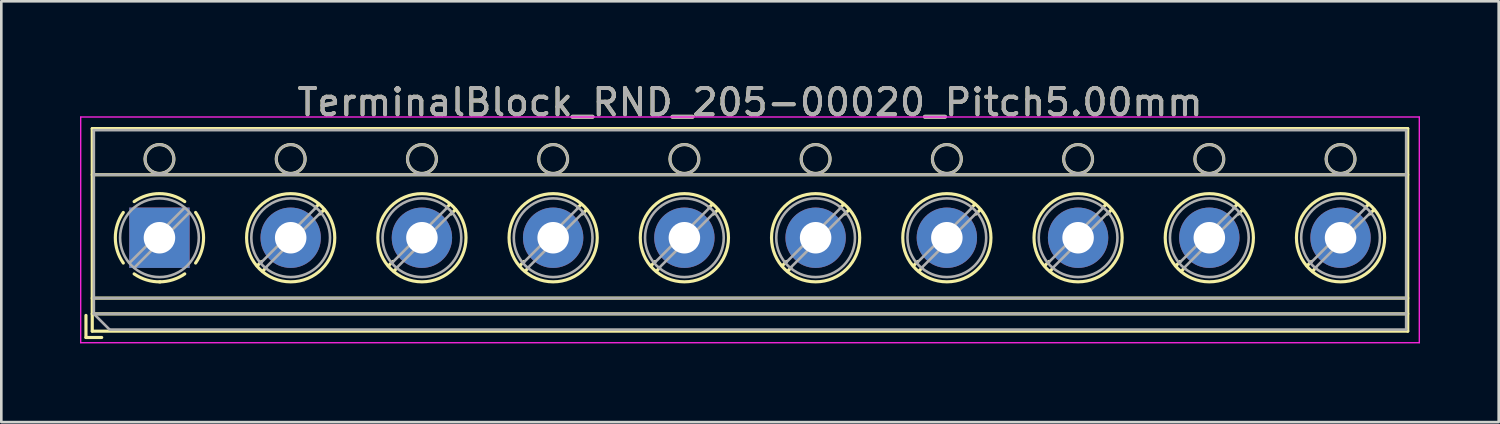
<source format=kicad_pcb>
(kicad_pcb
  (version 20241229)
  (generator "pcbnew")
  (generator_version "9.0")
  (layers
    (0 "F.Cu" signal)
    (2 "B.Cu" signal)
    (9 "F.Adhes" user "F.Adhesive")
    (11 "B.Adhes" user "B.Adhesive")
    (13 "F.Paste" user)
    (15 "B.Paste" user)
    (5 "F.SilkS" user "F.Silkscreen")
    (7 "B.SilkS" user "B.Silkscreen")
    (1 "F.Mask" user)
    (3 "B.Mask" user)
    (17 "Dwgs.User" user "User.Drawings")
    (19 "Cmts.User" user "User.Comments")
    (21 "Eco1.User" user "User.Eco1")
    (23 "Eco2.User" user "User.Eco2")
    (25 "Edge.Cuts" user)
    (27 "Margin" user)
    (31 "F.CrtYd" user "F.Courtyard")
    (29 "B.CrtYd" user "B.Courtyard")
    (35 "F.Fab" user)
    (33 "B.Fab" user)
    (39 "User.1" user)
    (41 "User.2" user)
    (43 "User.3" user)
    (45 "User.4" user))
  (footprint "TerminalBlock_RND_205-00020_Pitch5.00mm"
    (layer "F.Cu")
    (at 3.025 6.008)
    (property "Reference" "TerminalBlock_RND_205-00020_Pitch5.00mm" (at 22.5 -5.16 0) (layer "F.SilkS") (effects (font (size 1 1) (thickness 0.15))))
    (attr through_hole)
    (fp_line (start -2.8 2.96) (end -2.8 3.8) (stroke (width 0.12) (type solid)) (layer "F.SilkS"))
    (fp_line (start -2.8 3.8) (end -2.2 3.8) (stroke (width 0.12) (type solid)) (layer "F.SilkS"))
    (fp_line (start -2.56 -4.16) (end -2.56 3.56) (stroke (width 0.12) (type solid)) (layer "F.SilkS"))
    (fp_line (start -2.56 -2.4) (end 47.56 -2.4) (stroke (width 0.12) (type solid)) (layer "F.SilkS"))
    (fp_line (start -2.56 2.3) (end 47.56 2.3) (stroke (width 0.12) (type solid)) (layer "F.SilkS"))
    (fp_line (start -2.56 2.9) (end 47.56 2.9) (stroke (width 0.12) (type solid)) (layer "F.SilkS"))
    (fp_line (start -2.56 3.56) (end 47.56 3.56) (stroke (width 0.12) (type solid)) (layer "F.SilkS"))
    (fp_line (start 3.89 0.905) (end 3.726 1.069) (stroke (width 0.12) (type solid)) (layer "F.SilkS"))
    (fp_line (start 4.06 1.146) (end 3.931 1.274) (stroke (width 0.12) (type solid)) (layer "F.SilkS"))
    (fp_line (start 6.07 -1.275) (end 5.941 -1.146) (stroke (width 0.12) (type solid)) (layer "F.SilkS"))
    (fp_line (start 6.275 -1.069) (end 6.111 -0.905) (stroke (width 0.12) (type solid)) (layer "F.SilkS"))
    (fp_line (start 8.89 0.905) (end 8.726 1.069) (stroke (width 0.12) (type solid)) (layer "F.SilkS"))
    (fp_line (start 9.06 1.146) (end 8.931 1.274) (stroke (width 0.12) (type solid)) (layer "F.SilkS"))
    (fp_line (start 11.07 -1.275) (end 10.941 -1.146) (stroke (width 0.12) (type solid)) (layer "F.SilkS"))
    (fp_line (start 11.275 -1.069) (end 11.111 -0.905) (stroke (width 0.12) (type solid)) (layer "F.SilkS"))
    (fp_line (start 13.89 0.905) (end 13.726 1.069) (stroke (width 0.12) (type solid)) (layer "F.SilkS"))
    (fp_line (start 14.06 1.146) (end 13.931 1.274) (stroke (width 0.12) (type solid)) (layer "F.SilkS"))
    (fp_line (start 16.07 -1.275) (end 15.941 -1.146) (stroke (width 0.12) (type solid)) (layer "F.SilkS"))
    (fp_line (start 16.275 -1.069) (end 16.111 -0.905) (stroke (width 0.12) (type solid)) (layer "F.SilkS"))
    (fp_line (start 18.89 0.905) (end 18.726 1.069) (stroke (width 0.12) (type solid)) (layer "F.SilkS"))
    (fp_line (start 19.06 1.146) (end 18.931 1.274) (stroke (width 0.12) (type solid)) (layer "F.SilkS"))
    (fp_line (start 21.07 -1.275) (end 20.941 -1.146) (stroke (width 0.12) (type solid)) (layer "F.SilkS"))
    (fp_line (start 21.275 -1.069) (end 21.111 -0.905) (stroke (width 0.12) (type solid)) (layer "F.SilkS"))
    (fp_line (start 23.89 0.905) (end 23.726 1.069) (stroke (width 0.12) (type solid)) (layer "F.SilkS"))
    (fp_line (start 24.06 1.146) (end 23.931 1.274) (stroke (width 0.12) (type solid)) (layer "F.SilkS"))
    (fp_line (start 26.07 -1.275) (end 25.941 -1.146) (stroke (width 0.12) (type solid)) (layer "F.SilkS"))
    (fp_line (start 26.275 -1.069) (end 26.111 -0.905) (stroke (width 0.12) (type solid)) (layer "F.SilkS"))
    (fp_line (start 28.89 0.905) (end 28.726 1.069) (stroke (width 0.12) (type solid)) (layer "F.SilkS"))
    (fp_line (start 29.06 1.146) (end 28.931 1.274) (stroke (width 0.12) (type solid)) (layer "F.SilkS"))
    (fp_line (start 31.07 -1.275) (end 30.941 -1.146) (stroke (width 0.12) (type solid)) (layer "F.SilkS"))
    (fp_line (start 31.275 -1.069) (end 31.111 -0.905) (stroke (width 0.12) (type solid)) (layer "F.SilkS"))
    (fp_line (start 33.89 0.905) (end 33.726 1.069) (stroke (width 0.12) (type solid)) (layer "F.SilkS"))
    (fp_line (start 34.06 1.146) (end 33.931 1.274) (stroke (width 0.12) (type solid)) (layer "F.SilkS"))
    (fp_line (start 36.07 -1.275) (end 35.941 -1.146) (stroke (width 0.12) (type solid)) (layer "F.SilkS"))
    (fp_line (start 36.275 -1.069) (end 36.111 -0.905) (stroke (width 0.12) (type solid)) (layer "F.SilkS"))
    (fp_line (start 38.89 0.905) (end 38.726 1.069) (stroke (width 0.12) (type solid)) (layer "F.SilkS"))
    (fp_line (start 39.06 1.146) (end 38.931 1.274) (stroke (width 0.12) (type solid)) (layer "F.SilkS"))
    (fp_line (start 41.07 -1.275) (end 40.941 -1.146) (stroke (width 0.12) (type solid)) (layer "F.SilkS"))
    (fp_line (start 41.275 -1.069) (end 41.111 -0.905) (stroke (width 0.12) (type solid)) (layer "F.SilkS"))
    (fp_line (start 43.89 0.905) (end 43.726 1.069) (stroke (width 0.12) (type solid)) (layer "F.SilkS"))
    (fp_line (start 44.06 1.146) (end 43.931 1.274) (stroke (width 0.12) (type solid)) (layer "F.SilkS"))
    (fp_line (start 46.07 -1.275) (end 45.941 -1.146) (stroke (width 0.12) (type solid)) (layer "F.SilkS"))
    (fp_line (start 46.275 -1.069) (end 46.111 -0.905) (stroke (width 0.12) (type solid)) (layer "F.SilkS"))
    (fp_line (start 47.56 -4.16) (end -2.56 -4.16) (stroke (width 0.12) (type solid)) (layer "F.SilkS"))
    (fp_line (start 47.56 3.56) (end 47.56 -4.16) (stroke (width 0.12) (type solid)) (layer "F.SilkS"))
    (fp_arc (start -1.376825 0.964249) (mid -1.6809 0.000152) (end -1.377 -0.964) (stroke (width 0.12) (type solid)) (layer "F.SilkS"))
    (fp_arc (start -0.964249 -1.376825) (mid -0.000152 -1.6809) (end 0.964 -1.377) (stroke (width 0.12) (type solid)) (layer "F.SilkS"))
    (fp_arc (start 0.029488 1.680641) (mid -0.491302 1.607497) (end -0.964 1.377) (stroke (width 0.12) (type solid)) (layer "F.SilkS"))
    (fp_arc (start 0.963608 1.376175) (mid 0.505186 1.602244) (end 0 1.68) (stroke (width 0.12) (type solid)) (layer "F.SilkS"))
    (fp_arc (start 1.376825 -0.964249) (mid 1.6809 -0.000152) (end 1.377 0.964) (stroke (width 0.12) (type solid)) (layer "F.SilkS"))
    (fp_circle (center 0 -3) (end 0.55 -3) (stroke (width 0.12) (type solid)) (fill no) (layer "F.SilkS"))
    (fp_circle (center 5 -3) (end 5.55 -3) (stroke (width 0.12) (type solid)) (fill no) (layer "F.SilkS"))
    (fp_circle (center 5 0) (end 6.68 0) (stroke (width 0.12) (type solid)) (fill no) (layer "F.SilkS"))
    (fp_circle (center 10 -3) (end 10.55 -3) (stroke (width 0.12) (type solid)) (fill no) (layer "F.SilkS"))
    (fp_circle (center 10 0) (end 11.68 0) (stroke (width 0.12) (type solid)) (fill no) (layer "F.SilkS"))
    (fp_circle (center 15 -3) (end 15.55 -3) (stroke (width 0.12) (type solid)) (fill no) (layer "F.SilkS"))
    (fp_circle (center 15 0) (end 16.68 0) (stroke (width 0.12) (type solid)) (fill no) (layer "F.SilkS"))
    (fp_circle (center 20 -3) (end 20.55 -3) (stroke (width 0.12) (type solid)) (fill no) (layer "F.SilkS"))
    (fp_circle (center 20 0) (end 21.68 0) (stroke (width 0.12) (type solid)) (fill no) (layer "F.SilkS"))
    (fp_circle (center 25 -3) (end 25.55 -3) (stroke (width 0.12) (type solid)) (fill no) (layer "F.SilkS"))
    (fp_circle (center 25 0) (end 26.68 0) (stroke (width 0.12) (type solid)) (fill no) (layer "F.SilkS"))
    (fp_circle (center 30 -3) (end 30.55 -3) (stroke (width 0.12) (type solid)) (fill no) (layer "F.SilkS"))
    (fp_circle (center 30 0) (end 31.68 0) (stroke (width 0.12) (type solid)) (fill no) (layer "F.SilkS"))
    (fp_circle (center 35 -3) (end 35.55 -3) (stroke (width 0.12) (type solid)) (fill no) (layer "F.SilkS"))
    (fp_circle (center 35 0) (end 36.68 0) (stroke (width 0.12) (type solid)) (fill no) (layer "F.SilkS"))
    (fp_circle (center 40 -3) (end 40.55 -3) (stroke (width 0.12) (type solid)) (fill no) (layer "F.SilkS"))
    (fp_circle (center 40 0) (end 41.68 0) (stroke (width 0.12) (type solid)) (fill no) (layer "F.SilkS"))
    (fp_circle (center 45 -3) (end 45.55 -3) (stroke (width 0.12) (type solid)) (fill no) (layer "F.SilkS"))
    (fp_circle (center 45 0) (end 46.68 0) (stroke (width 0.12) (type solid)) (fill no) (layer "F.SilkS"))
    (fp_line (start -3 -4.6) (end -3 4) (stroke (width 0.05) (type solid)) (layer "F.CrtYd"))
    (fp_line (start -3 4) (end 48 4) (stroke (width 0.05) (type solid)) (layer "F.CrtYd"))
    (fp_line (start 48 -4.6) (end -3 -4.6) (stroke (width 0.05) (type solid)) (layer "F.CrtYd"))
    (fp_line (start 48 4) (end 48 -4.6) (stroke (width 0.05) (type solid)) (layer "F.CrtYd"))
    (fp_line (start -2.5 -4.1) (end 47.5 -4.1) (stroke (width 0.1) (type solid)) (layer "F.Fab"))
    (fp_line (start -2.5 -2.4) (end 47.5 -2.4) (stroke (width 0.1) (type solid)) (layer "F.Fab"))
    (fp_line (start -2.5 2.3) (end 47.5 2.3) (stroke (width 0.1) (type solid)) (layer "F.Fab"))
    (fp_line (start -2.5 2.9) (end -2.5 -4.1) (stroke (width 0.1) (type solid)) (layer "F.Fab"))
    (fp_line (start -2.5 2.9) (end 47.5 2.9) (stroke (width 0.1) (type solid)) (layer "F.Fab"))
    (fp_line (start -1.9 3.5) (end -2.5 2.9) (stroke (width 0.1) (type solid)) (layer "F.Fab"))
    (fp_line (start 0.955 -1.138) (end -1.138 0.955) (stroke (width 0.1) (type solid)) (layer "F.Fab"))
    (fp_line (start 1.138 -0.955) (end -0.955 1.138) (stroke (width 0.1) (type solid)) (layer "F.Fab"))
    (fp_line (start 5.955 -1.138) (end 3.863 0.955) (stroke (width 0.1) (type solid)) (layer "F.Fab"))
    (fp_line (start 6.138 -0.955) (end 4.046 1.138) (stroke (width 0.1) (type solid)) (layer "F.Fab"))
    (fp_line (start 10.955 -1.138) (end 8.863 0.955) (stroke (width 0.1) (type solid)) (layer "F.Fab"))
    (fp_line (start 11.138 -0.955) (end 9.046 1.138) (stroke (width 0.1) (type solid)) (layer "F.Fab"))
    (fp_line (start 15.955 -1.138) (end 13.863 0.955) (stroke (width 0.1) (type solid)) (layer "F.Fab"))
    (fp_line (start 16.138 -0.955) (end 14.046 1.138) (stroke (width 0.1) (type solid)) (layer "F.Fab"))
    (fp_line (start 20.955 -1.138) (end 18.863 0.955) (stroke (width 0.1) (type solid)) (layer "F.Fab"))
    (fp_line (start 21.138 -0.955) (end 19.046 1.138) (stroke (width 0.1) (type solid)) (layer "F.Fab"))
    (fp_line (start 25.955 -1.138) (end 23.863 0.955) (stroke (width 0.1) (type solid)) (layer "F.Fab"))
    (fp_line (start 26.138 -0.955) (end 24.046 1.138) (stroke (width 0.1) (type solid)) (layer "F.Fab"))
    (fp_line (start 30.955 -1.138) (end 28.863 0.955) (stroke (width 0.1) (type solid)) (layer "F.Fab"))
    (fp_line (start 31.138 -0.955) (end 29.046 1.138) (stroke (width 0.1) (type solid)) (layer "F.Fab"))
    (fp_line (start 35.955 -1.138) (end 33.863 0.955) (stroke (width 0.1) (type solid)) (layer "F.Fab"))
    (fp_line (start 36.138 -0.955) (end 34.046 1.138) (stroke (width 0.1) (type solid)) (layer "F.Fab"))
    (fp_line (start 40.955 -1.138) (end 38.863 0.955) (stroke (width 0.1) (type solid)) (layer "F.Fab"))
    (fp_line (start 41.138 -0.955) (end 39.046 1.138) (stroke (width 0.1) (type solid)) (layer "F.Fab"))
    (fp_line (start 45.955 -1.138) (end 43.863 0.955) (stroke (width 0.1) (type solid)) (layer "F.Fab"))
    (fp_line (start 46.138 -0.955) (end 44.046 1.138) (stroke (width 0.1) (type solid)) (layer "F.Fab"))
    (fp_line (start 47.5 -4.1) (end 47.5 3.5) (stroke (width 0.1) (type solid)) (layer "F.Fab"))
    (fp_line (start 47.5 3.5) (end -1.9 3.5) (stroke (width 0.1) (type solid)) (layer "F.Fab"))
    (fp_circle (center 0 -3) (end 0.55 -3) (stroke (width 0.1) (type solid)) (fill no) (layer "F.Fab"))
    (fp_circle (center 0 0) (end 1.5 0) (stroke (width 0.1) (type solid)) (fill no) (layer "F.Fab"))
    (fp_circle (center 5 -3) (end 5.55 -3) (stroke (width 0.1) (type solid)) (fill no) (layer "F.Fab"))
    (fp_circle (center 5 0) (end 6.5 0) (stroke (width 0.1) (type solid)) (fill no) (layer "F.Fab"))
    (fp_circle (center 10 -3) (end 10.55 -3) (stroke (width 0.1) (type solid)) (fill no) (layer "F.Fab"))
    (fp_circle (center 10 0) (end 11.5 0) (stroke (width 0.1) (type solid)) (fill no) (layer "F.Fab"))
    (fp_circle (center 15 -3) (end 15.55 -3) (stroke (width 0.1) (type solid)) (fill no) (layer "F.Fab"))
    (fp_circle (center 15 0) (end 16.5 0) (stroke (width 0.1) (type solid)) (fill no) (layer "F.Fab"))
    (fp_circle (center 20 -3) (end 20.55 -3) (stroke (width 0.1) (type solid)) (fill no) (layer "F.Fab"))
    (fp_circle (center 20 0) (end 21.5 0) (stroke (width 0.1) (type solid)) (fill no) (layer "F.Fab"))
    (fp_circle (center 25 -3) (end 25.55 -3) (stroke (width 0.1) (type solid)) (fill no) (layer "F.Fab"))
    (fp_circle (center 25 0) (end 26.5 0) (stroke (width 0.1) (type solid)) (fill no) (layer "F.Fab"))
    (fp_circle (center 30 -3) (end 30.55 -3) (stroke (width 0.1) (type solid)) (fill no) (layer "F.Fab"))
    (fp_circle (center 30 0) (end 31.5 0) (stroke (width 0.1) (type solid)) (fill no) (layer "F.Fab"))
    (fp_circle (center 35 -3) (end 35.55 -3) (stroke (width 0.1) (type solid)) (fill no) (layer "F.Fab"))
    (fp_circle (center 35 0) (end 36.5 0) (stroke (width 0.1) (type solid)) (fill no) (layer "F.Fab"))
    (fp_circle (center 40 -3) (end 40.55 -3) (stroke (width 0.1) (type solid)) (fill no) (layer "F.Fab"))
    (fp_circle (center 40 0) (end 41.5 0) (stroke (width 0.1) (type solid)) (fill no) (layer "F.Fab"))
    (fp_circle (center 45 -3) (end 45.55 -3) (stroke (width 0.1) (type solid)) (fill no) (layer "F.Fab"))
    (fp_circle (center 45 0) (end 46.5 0) (stroke (width 0.1) (type solid)) (fill no) (layer "F.Fab"))
    (fp_text user "${REFERENCE}" (at 22.5 -5.16 0) (layer "F.Fab") (effects (font (size 1 1) (thickness 0.15))))
    (pad "1" thru_hole rect (at 0 0) (size 2.3 2.3) (drill 1.2) (layers "*.Cu" "*.Mask"))
    (pad "2" thru_hole circle (at 5 0) (size 2.3 2.3) (drill 1.2) (layers "*.Cu" "*.Mask"))
    (pad "3" thru_hole circle (at 10 0) (size 2.3 2.3) (drill 1.2) (layers "*.Cu" "*.Mask"))
    (pad "4" thru_hole circle (at 15 0) (size 2.3 2.3) (drill 1.2) (layers "*.Cu" "*.Mask"))
    (pad "5" thru_hole circle (at 20 0) (size 2.3 2.3) (drill 1.2) (layers "*.Cu" "*.Mask"))
    (pad "6" thru_hole circle (at 25 0) (size 2.3 2.3) (drill 1.2) (layers "*.Cu" "*.Mask"))
    (pad "7" thru_hole circle (at 30 0) (size 2.3 2.3) (drill 1.2) (layers "*.Cu" "*.Mask"))
    (pad "8" thru_hole circle (at 35 0) (size 2.3 2.3) (drill 1.2) (layers "*.Cu" "*.Mask"))
    (pad "9" thru_hole circle (at 40 0) (size 2.3 2.3) (drill 1.2) (layers "*.Cu" "*.Mask"))
    (pad "10" thru_hole circle (at 45 0) (size 2.3 2.3) (drill 1.2) (layers "*.Cu" "*.Mask")))
  (gr_rect
    (start -3 -3)
    (end 54.05 13.033)
    (stroke (width 0.1) (type default))
    (fill no)
    (layer "Edge.Cuts")))
</source>
